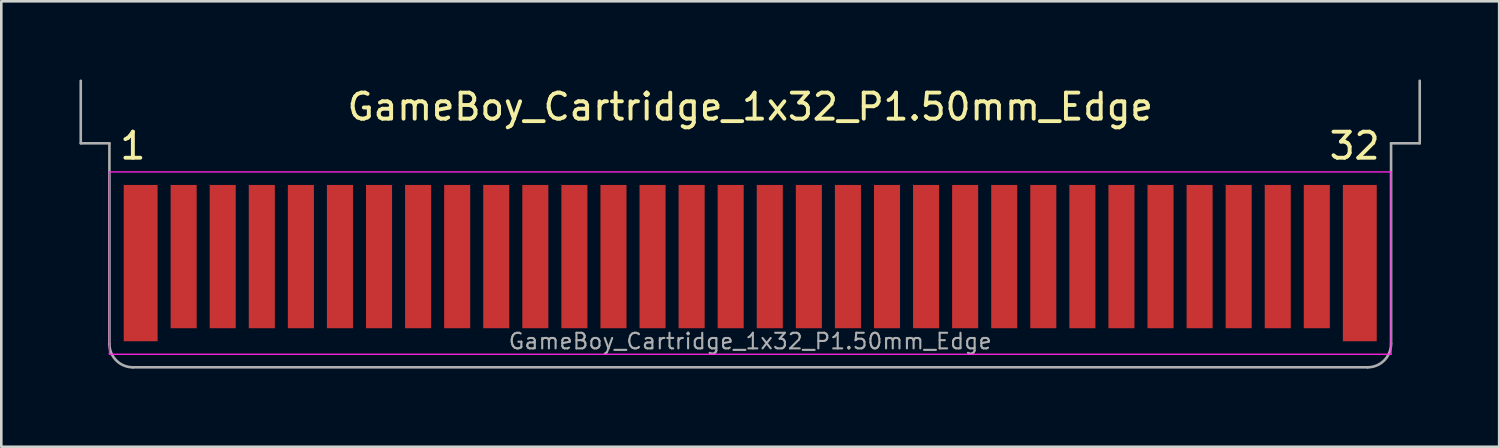
<source format=kicad_pcb>
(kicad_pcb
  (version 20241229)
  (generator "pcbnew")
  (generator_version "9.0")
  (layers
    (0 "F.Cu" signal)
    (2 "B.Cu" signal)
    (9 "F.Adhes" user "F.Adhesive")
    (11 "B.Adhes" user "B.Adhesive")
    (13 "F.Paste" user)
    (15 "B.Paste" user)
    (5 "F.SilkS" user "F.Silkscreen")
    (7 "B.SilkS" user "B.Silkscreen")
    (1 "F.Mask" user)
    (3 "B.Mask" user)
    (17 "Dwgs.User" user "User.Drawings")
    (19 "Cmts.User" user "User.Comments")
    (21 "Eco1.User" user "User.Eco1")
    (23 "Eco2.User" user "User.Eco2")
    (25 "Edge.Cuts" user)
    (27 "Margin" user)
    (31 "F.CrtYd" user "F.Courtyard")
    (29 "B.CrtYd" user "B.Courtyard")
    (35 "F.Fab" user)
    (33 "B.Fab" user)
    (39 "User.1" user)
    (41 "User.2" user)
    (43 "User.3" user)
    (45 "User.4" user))
  (footprint "GameBoy_Cartridge_1x32_P1.50mm_Edge"
    (layer "F.Cu")
    (at 25.75 7.05)
    (property "Reference" "GameBoy_Cartridge_1x32_P1.50mm_Edge" (at 0 -6 0) (layer "F.SilkS") (effects (font (size 1 1) (thickness 0.15))))
    (attr exclude_from_pos_files exclude_from_bom)
    (fp_line (start -24.6 -3.5) (end 24.6 -3.5) (stroke (width 0.05) (type solid)) (layer "F.CrtYd"))
    (fp_line (start -24.6 3.5) (end -24.6 -3.5) (stroke (width 0.05) (type solid)) (layer "F.CrtYd"))
    (fp_line (start 24.6 -3.5) (end 24.6 3.5) (stroke (width 0.05) (type solid)) (layer "F.CrtYd"))
    (fp_line (start 24.6 3.5) (end -24.6 3.5) (stroke (width 0.05) (type solid)) (layer "F.CrtYd"))
    (fp_line (start -25.7 -4.6) (end -25.7 -7) (stroke (width 0.1) (type solid)) (layer "F.Fab"))
    (fp_line (start -24.6 -4.6) (end -25.7 -4.6) (stroke (width 0.1) (type solid)) (layer "F.Fab"))
    (fp_line (start -24.6 3.1) (end -24.6 -4.6) (stroke (width 0.1) (type solid)) (layer "F.Fab"))
    (fp_line (start -23.7 4) (end 23.7 4) (stroke (width 0.1) (type solid)) (layer "F.Fab"))
    (fp_line (start 24.6 -4.6) (end 25.7 -4.6) (stroke (width 0.1) (type solid)) (layer "F.Fab"))
    (fp_line (start 24.6 3.1) (end 24.6 -4.6) (stroke (width 0.1) (type solid)) (layer "F.Fab"))
    (fp_line (start 25.7 -4.6) (end 25.7 -7) (stroke (width 0.1) (type solid)) (layer "F.Fab"))
    (fp_arc (start -23.7 4) (mid -24.336396 3.736396) (end -24.6 3.1) (stroke (width 0.1) (type solid)) (layer "F.Fab"))
    (fp_arc (start 24.6 3.1) (mid 24.336396 3.736396) (end 23.7 4) (stroke (width 0.1) (type solid)) (layer "F.Fab"))
    (fp_text user "32" (at 23.2 -4.5 0) (layer "F.SilkS") (effects (font (size 1 1) (thickness 0.15))))
    (fp_text user "1" (at -23.7 -4.5 0) (layer "F.SilkS") (effects (font (size 1 1) (thickness 0.15))))
    (fp_text user "${REFERENCE}" (at 0 3 0) (layer "F.Fab") (effects (font (size 0.6 0.6) (thickness 0.08))))
    (pad "1" connect rect (at -23.4 0 90) (size 6 1.3) (layers "F.Cu" "F.Mask"))
    (pad "2" connect rect (at -21.75 -0.25 90) (size 5.5 1) (layers "F.Cu" "F.Mask"))
    (pad "3" connect rect (at -20.25 -0.25 90) (size 5.5 1) (layers "F.Cu" "F.Mask"))
    (pad "4" connect rect (at -18.75 -0.25 90) (size 5.5 1) (layers "F.Cu" "F.Mask"))
    (pad "5" connect rect (at -17.25 -0.25 90) (size 5.5 1) (layers "F.Cu" "F.Mask"))
    (pad "6" connect rect (at -15.75 -0.25 90) (size 5.5 1) (layers "F.Cu" "F.Mask"))
    (pad "7" connect rect (at -14.25 -0.25 90) (size 5.5 1) (layers "F.Cu" "F.Mask"))
    (pad "8" connect rect (at -12.75 -0.25 90) (size 5.5 1) (layers "F.Cu" "F.Mask"))
    (pad "9" connect rect (at -11.25 -0.25 90) (size 5.5 1) (layers "F.Cu" "F.Mask"))
    (pad "10" connect rect (at -9.75 -0.25 90) (size 5.5 1) (layers "F.Cu" "F.Mask"))
    (pad "11" connect rect (at -8.25 -0.25 90) (size 5.5 1) (layers "F.Cu" "F.Mask"))
    (pad "12" connect rect (at -6.75 -0.25 90) (size 5.5 1) (layers "F.Cu" "F.Mask"))
    (pad "13" connect rect (at -5.25 -0.25 90) (size 5.5 1) (layers "F.Cu" "F.Mask"))
    (pad "14" connect rect (at -3.75 -0.25 90) (size 5.5 1) (layers "F.Cu" "F.Mask"))
    (pad "15" connect rect (at -2.25 -0.25 90) (size 5.5 1) (layers "F.Cu" "F.Mask"))
    (pad "16" connect rect (at -0.75 -0.25 90) (size 5.5 1) (layers "F.Cu" "F.Mask"))
    (pad "17" connect rect (at 0.75 -0.25 90) (size 5.5 1) (layers "F.Cu" "F.Mask"))
    (pad "18" connect rect (at 2.25 -0.25 90) (size 5.5 1) (layers "F.Cu" "F.Mask"))
    (pad "19" connect rect (at 3.75 -0.25 90) (size 5.5 1) (layers "F.Cu" "F.Mask"))
    (pad "20" connect rect (at 5.25 -0.25 90) (size 5.5 1) (layers "F.Cu" "F.Mask"))
    (pad "21" connect rect (at 6.75 -0.25 90) (size 5.5 1) (layers "F.Cu" "F.Mask"))
    (pad "22" connect rect (at 8.25 -0.25 90) (size 5.5 1) (layers "F.Cu" "F.Mask"))
    (pad "23" connect rect (at 9.75 -0.25 90) (size 5.5 1) (layers "F.Cu" "F.Mask"))
    (pad "24" connect rect (at 11.25 -0.25 90) (size 5.5 1) (layers "F.Cu" "F.Mask"))
    (pad "25" connect rect (at 12.75 -0.25 90) (size 5.5 1) (layers "F.Cu" "F.Mask"))
    (pad "26" connect rect (at 14.25 -0.25 90) (size 5.5 1) (layers "F.Cu" "F.Mask"))
    (pad "27" connect rect (at 15.75 -0.25 90) (size 5.5 1) (layers "F.Cu" "F.Mask"))
    (pad "28" connect rect (at 17.25 -0.25 90) (size 5.5 1) (layers "F.Cu" "F.Mask"))
    (pad "29" connect rect (at 18.75 -0.25 90) (size 5.5 1) (layers "F.Cu" "F.Mask"))
    (pad "30" connect rect (at 20.25 -0.25 90) (size 5.5 1) (layers "F.Cu" "F.Mask"))
    (pad "31" connect rect (at 21.75 -0.25 90) (size 5.5 1) (layers "F.Cu" "F.Mask"))
    (pad "32" connect rect (at 23.4 0 90) (size 6 1.3) (layers "F.Cu" "F.Mask")))
  (gr_rect
    (start -3 -3)
    (end 54.5 14.1)
    (stroke (width 0.1) (type default))
    (fill no)
    (layer "Edge.Cuts")))
</source>
